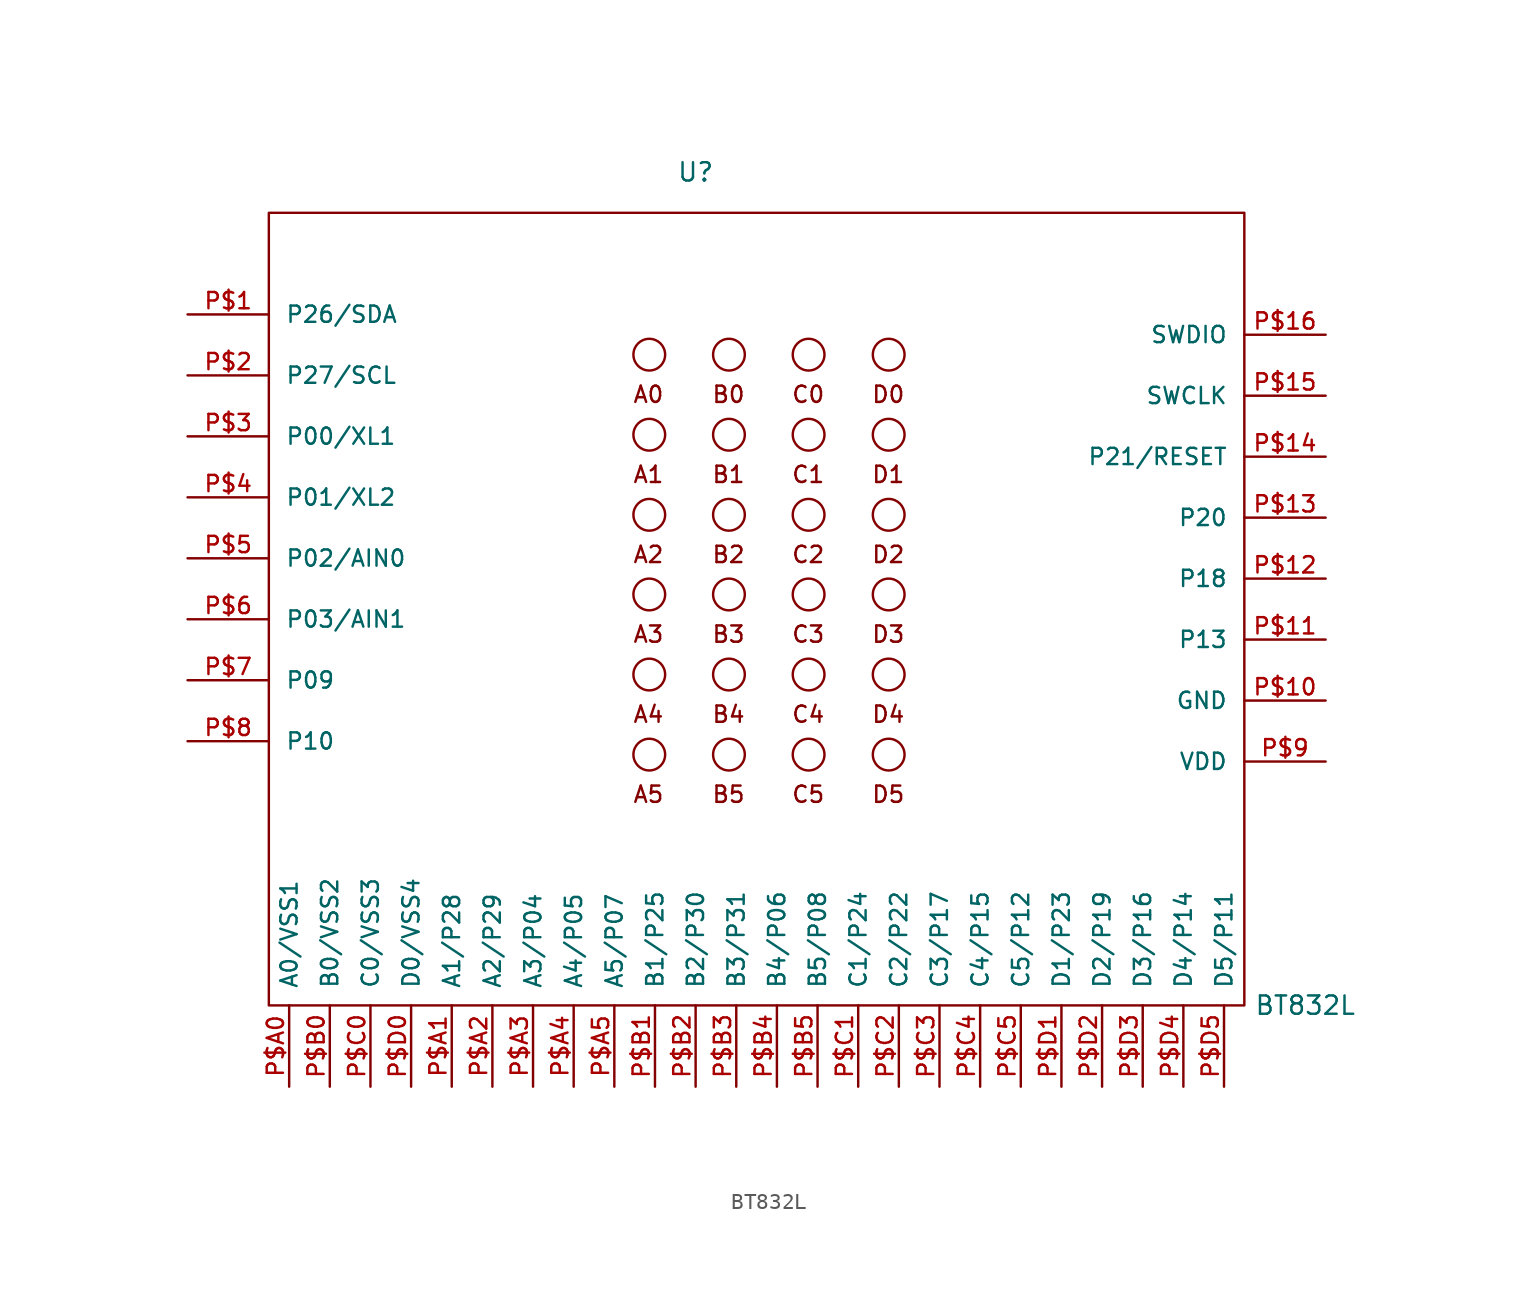
<source format=kicad_sym>
(kicad_symbol_lib
  (version 20211014)
  (generator kicad_symbol_editor)
  (symbol "BT832L"
    (pin_names
      (offset 1.016))
    (property "Reference" "U"
      (at -3.81 25.4 0)
      (effects (font (size 1.143 1.143))))
    (property "Value" "BT832L"
      (at 34.29 -26.67 0)
      (effects (font (size 1.143 1.143))))
    (property "ki_locked" ""
      (at 0 0 0)
      (effects (font (size 1.27 1.27))))
    (symbol "BT832L_0_1"
      (rectangle (start -30.48 22.86) (end 30.48 -26.67) (stroke (width 0) (type default) (color 0 0 0 0)) (fill (type none))))
    (symbol "BT832L_1_0"
      (text "A0" (at -6.756 11.506 0) (effects (font (size 1.016 1.016))))
      (text "A1" (at -6.756 6.502 0) (effects (font (size 1.016 1.016))))
      (text "A2" (at -6.756 1.499 0) (effects (font (size 1.016 1.016))))
      (text "A3" (at -6.756 -3.48 0) (effects (font (size 1.016 1.016))))
      (text "A4" (at -6.756 -8.484 0) (effects (font (size 1.016 1.016))))
      (text "A5" (at -6.756 -13.487 0) (effects (font (size 1.016 1.016))))
      (text "B0" (at -1.753 11.506 0) (effects (font (size 1.016 1.016))))
      (text "B1" (at -1.753 6.502 0) (effects (font (size 1.016 1.016))))
      (text "B2" (at -1.753 1.499 0) (effects (font (size 1.016 1.016))))
      (text "B3" (at -1.753 -3.48 0) (effects (font (size 1.016 1.016))))
      (text "B4" (at -1.753 -8.484 0) (effects (font (size 1.016 1.016))))
      (text "B5" (at -1.753 -13.487 0) (effects (font (size 1.016 1.016))))
      (text "C0" (at 3.226 11.506 0) (effects (font (size 1.016 1.016))))
      (text "C1" (at 3.226 6.502 0) (effects (font (size 1.016 1.016))))
      (text "C2" (at 3.226 1.499 0) (effects (font (size 1.016 1.016))))
      (text "C3" (at 3.226 -3.48 0) (effects (font (size 1.016 1.016))))
      (text "C4" (at 3.226 -8.484 0) (effects (font (size 1.016 1.016))))
      (text "C5" (at 3.226 -13.487 0) (effects (font (size 1.016 1.016))))
      (text "D0" (at 8.23 11.506 0) (effects (font (size 1.016 1.016))))
      (text "D1" (at 8.23 6.502 0) (effects (font (size 1.016 1.016))))
      (text "D2" (at 8.23 1.499 0) (effects (font (size 1.016 1.016))))
      (text "D3" (at 8.23 -3.48 0) (effects (font (size 1.016 1.016))))
      (text "D4" (at 8.23 -8.484 0) (effects (font (size 1.016 1.016))))
      (text "D5" (at 8.23 -13.487 0) (effects (font (size 1.016 1.016)))))
    (symbol "BT832L_1_1"
      (circle (center -6.706 -10.998) (radius 0.991) (stroke (width 0) (type default) (color 0 0 0 0)) (fill (type none)))
      (circle (center -6.706 -5.994) (radius 0.991) (stroke (width 0) (type default) (color 0 0 0 0)) (fill (type none)))
      (circle (center -6.706 -0.991) (radius 0.991) (stroke (width 0) (type default) (color 0 0 0 0)) (fill (type none)))
      (circle (center -6.706 3.988) (radius 0.991) (stroke (width 0) (type default) (color 0 0 0 0)) (fill (type none)))
      (circle (center -6.706 8.992) (radius 0.991) (stroke (width 0) (type default) (color 0 0 0 0)) (fill (type none)))
      (circle (center -6.706 13.995) (radius 0.991) (stroke (width 0) (type default) (color 0 0 0 0)) (fill (type none)))
      (circle (center -1.727 -10.998) (radius 0.991) (stroke (width 0) (type default) (color 0 0 0 0)) (fill (type none)))
      (circle (center -1.727 -5.994) (radius 0.991) (stroke (width 0) (type default) (color 0 0 0 0)) (fill (type none)))
      (circle (center -1.727 -0.991) (radius 0.991) (stroke (width 0) (type default) (color 0 0 0 0)) (fill (type none)))
      (circle (center -1.727 3.988) (radius 0.991) (stroke (width 0) (type default) (color 0 0 0 0)) (fill (type none)))
      (circle (center -1.727 8.992) (radius 0.991) (stroke (width 0) (type default) (color 0 0 0 0)) (fill (type none)))
      (circle (center -1.727 13.995) (radius 0.991) (stroke (width 0) (type default) (color 0 0 0 0)) (fill (type none)))
      (circle (center 3.251 -10.998) (radius 0.991) (stroke (width 0) (type default) (color 0 0 0 0)) (fill (type none)))
      (circle (center 3.251 -5.994) (radius 0.991) (stroke (width 0) (type default) (color 0 0 0 0)) (fill (type none)))
      (circle (center 3.251 -0.991) (radius 0.991) (stroke (width 0) (type default) (color 0 0 0 0)) (fill (type none)))
      (circle (center 3.251 3.988) (radius 0.991) (stroke (width 0) (type default) (color 0 0 0 0)) (fill (type none)))
      (circle (center 3.251 8.992) (radius 0.991) (stroke (width 0) (type default) (color 0 0 0 0)) (fill (type none)))
      (circle (center 3.251 13.995) (radius 0.991) (stroke (width 0) (type default) (color 0 0 0 0)) (fill (type none)))
      (circle (center 8.255 -10.998) (radius 0.991) (stroke (width 0) (type default) (color 0 0 0 0)) (fill (type none)))
      (circle (center 8.255 -5.994) (radius 0.991) (stroke (width 0) (type default) (color 0 0 0 0)) (fill (type none)))
      (circle (center 8.255 -0.991) (radius 0.991) (stroke (width 0) (type default) (color 0 0 0 0)) (fill (type none)))
      (circle (center 8.255 3.988) (radius 0.991) (stroke (width 0) (type default) (color 0 0 0 0)) (fill (type none)))
      (circle (center 8.255 8.992) (radius 0.991) (stroke (width 0) (type default) (color 0 0 0 0)) (fill (type none)))
      (circle (center 8.255 13.995) (radius 0.991) (stroke (width 0) (type default) (color 0 0 0 0)) (fill (type none)))
      (pin bidirectional line (at -35.56 16.51 0) (length 5.08) (name "P26/SDA" (effects (font (size 1.016 1.016)))) (number "P$1" (effects (font (size 1.016 1.016)))))
      (pin bidirectional line (at 35.56 -7.62 180) (length 5.08) (name "GND" (effects (font (size 1.016 1.016)))) (number "P$10" (effects (font (size 1.016 1.016)))))
      (pin bidirectional line (at 35.56 -3.81 180) (length 5.08) (name "P13" (effects (font (size 1.016 1.016)))) (number "P$11" (effects (font (size 1.016 1.016)))))
      (pin bidirectional line (at 35.56 0 180) (length 5.08) (name "P18" (effects (font (size 1.016 1.016)))) (number "P$12" (effects (font (size 1.016 1.016)))))
      (pin bidirectional line (at 35.56 3.81 180) (length 5.08) (name "P20" (effects (font (size 1.016 1.016)))) (number "P$13" (effects (font (size 1.016 1.016)))))
      (pin bidirectional line (at 35.56 7.62 180) (length 5.08) (name "P21/RESET" (effects (font (size 1.016 1.016)))) (number "P$14" (effects (font (size 1.016 1.016)))))
      (pin bidirectional line (at 35.56 11.43 180) (length 5.08) (name "SWCLK" (effects (font (size 1.016 1.016)))) (number "P$15" (effects (font (size 1.016 1.016)))))
      (pin bidirectional line (at 35.56 15.24 180) (length 5.08) (name "SWDIO" (effects (font (size 1.016 1.016)))) (number "P$16" (effects (font (size 1.016 1.016)))))
      (pin bidirectional line (at -35.56 12.7 0) (length 5.08) (name "P27/SCL" (effects (font (size 1.016 1.016)))) (number "P$2" (effects (font (size 1.016 1.016)))))
      (pin bidirectional line (at -35.56 8.89 0) (length 5.08) (name "P00/XL1" (effects (font (size 1.016 1.016)))) (number "P$3" (effects (font (size 1.016 1.016)))))
      (pin bidirectional line (at -35.56 5.08 0) (length 5.08) (name "P01/XL2" (effects (font (size 1.016 1.016)))) (number "P$4" (effects (font (size 1.016 1.016)))))
      (pin bidirectional line (at -35.56 1.27 0) (length 5.08) (name "P02/AIN0" (effects (font (size 1.016 1.016)))) (number "P$5" (effects (font (size 1.016 1.016)))))
      (pin bidirectional line (at -35.56 -2.54 0) (length 5.08) (name "P03/AIN1" (effects (font (size 1.016 1.016)))) (number "P$6" (effects (font (size 1.016 1.016)))))
      (pin bidirectional line (at -35.56 -6.35 0) (length 5.08) (name "P09" (effects (font (size 1.016 1.016)))) (number "P$7" (effects (font (size 1.016 1.016)))))
      (pin bidirectional line (at -35.56 -10.16 0) (length 5.08) (name "P10" (effects (font (size 1.016 1.016)))) (number "P$8" (effects (font (size 1.016 1.016)))))
      (pin bidirectional line (at 35.56 -11.43 180) (length 5.08) (name "VDD" (effects (font (size 1.016 1.016)))) (number "P$9" (effects (font (size 1.016 1.016)))))
      (pin bidirectional line (at -29.21 -31.75 90) (length 5.08) (name "A0/VSS1" (effects (font (size 1.016 1.016)))) (number "P$A0" (effects (font (size 1.016 1.016)))))
      (pin bidirectional line (at -19.05 -31.75 90) (length 5.08) (name "A1/P28" (effects (font (size 1.016 1.016)))) (number "P$A1" (effects (font (size 1.016 1.016)))))
      (pin bidirectional line (at -16.51 -31.75 90) (length 5.08) (name "A2/P29" (effects (font (size 1.016 1.016)))) (number "P$A2" (effects (font (size 1.016 1.016)))))
      (pin bidirectional line (at -13.97 -31.75 90) (length 5.08) (name "A3/P04" (effects (font (size 1.016 1.016)))) (number "P$A3" (effects (font (size 1.016 1.016)))))
      (pin bidirectional line (at -11.43 -31.75 90) (length 5.08) (name "A4/P05" (effects (font (size 1.016 1.016)))) (number "P$A4" (effects (font (size 1.016 1.016)))))
      (pin bidirectional line (at -8.89 -31.75 90) (length 5.08) (name "A5/P07" (effects (font (size 1.016 1.016)))) (number "P$A5" (effects (font (size 1.016 1.016)))))
      (pin bidirectional line (at -26.67 -31.75 90) (length 5.08) (name "B0/VSS2" (effects (font (size 1.016 1.016)))) (number "P$B0" (effects (font (size 1.016 1.016)))))
      (pin bidirectional line (at -6.35 -31.75 90) (length 5.08) (name "B1/P25" (effects (font (size 1.016 1.016)))) (number "P$B1" (effects (font (size 1.016 1.016)))))
      (pin bidirectional line (at -3.81 -31.75 90) (length 5.08) (name "B2/P30" (effects (font (size 1.016 1.016)))) (number "P$B2" (effects (font (size 1.016 1.016)))))
      (pin bidirectional line (at -1.27 -31.75 90) (length 5.08) (name "B3/P31" (effects (font (size 1.016 1.016)))) (number "P$B3" (effects (font (size 1.016 1.016)))))
      (pin bidirectional line (at 1.27 -31.75 90) (length 5.08) (name "B4/P06" (effects (font (size 1.016 1.016)))) (number "P$B4" (effects (font (size 1.016 1.016)))))
      (pin bidirectional line (at 3.81 -31.75 90) (length 5.08) (name "B5/P08" (effects (font (size 1.016 1.016)))) (number "P$B5" (effects (font (size 1.016 1.016)))))
      (pin bidirectional line (at -24.13 -31.75 90) (length 5.08) (name "C0/VSS3" (effects (font (size 1.016 1.016)))) (number "P$C0" (effects (font (size 1.016 1.016)))))
      (pin bidirectional line (at 6.35 -31.75 90) (length 5.08) (name "C1/P24" (effects (font (size 1.016 1.016)))) (number "P$C1" (effects (font (size 1.016 1.016)))))
      (pin bidirectional line (at 8.89 -31.75 90) (length 5.08) (name "C2/P22" (effects (font (size 1.016 1.016)))) (number "P$C2" (effects (font (size 1.016 1.016)))))
      (pin bidirectional line (at 11.43 -31.75 90) (length 5.08) (name "C3/P17" (effects (font (size 1.016 1.016)))) (number "P$C3" (effects (font (size 1.016 1.016)))))
      (pin bidirectional line (at 13.97 -31.75 90) (length 5.08) (name "C4/P15" (effects (font (size 1.016 1.016)))) (number "P$C4" (effects (font (size 1.016 1.016)))))
      (pin bidirectional line (at 16.51 -31.75 90) (length 5.08) (name "C5/P12" (effects (font (size 1.016 1.016)))) (number "P$C5" (effects (font (size 1.016 1.016)))))
      (pin bidirectional line (at -21.59 -31.75 90) (length 5.08) (name "D0/VSS4" (effects (font (size 1.016 1.016)))) (number "P$D0" (effects (font (size 1.016 1.016)))))
      (pin bidirectional line (at 19.05 -31.75 90) (length 5.08) (name "D1/P23" (effects (font (size 1.016 1.016)))) (number "P$D1" (effects (font (size 1.016 1.016)))))
      (pin bidirectional line (at 21.59 -31.75 90) (length 5.08) (name "D2/P19" (effects (font (size 1.016 1.016)))) (number "P$D2" (effects (font (size 1.016 1.016)))))
      (pin bidirectional line (at 24.13 -31.75 90) (length 5.08) (name "D3/P16" (effects (font (size 1.016 1.016)))) (number "P$D3" (effects (font (size 1.016 1.016)))))
      (pin bidirectional line (at 26.67 -31.75 90) (length 5.08) (name "D4/P14" (effects (font (size 1.016 1.016)))) (number "P$D4" (effects (font (size 1.016 1.016)))))
      (pin bidirectional line (at 29.21 -31.75 90) (length 5.08) (name "D5/P11" (effects (font (size 1.016 1.016)))) (number "P$D5" (effects (font (size 1.016 1.016))))))))
</source>
